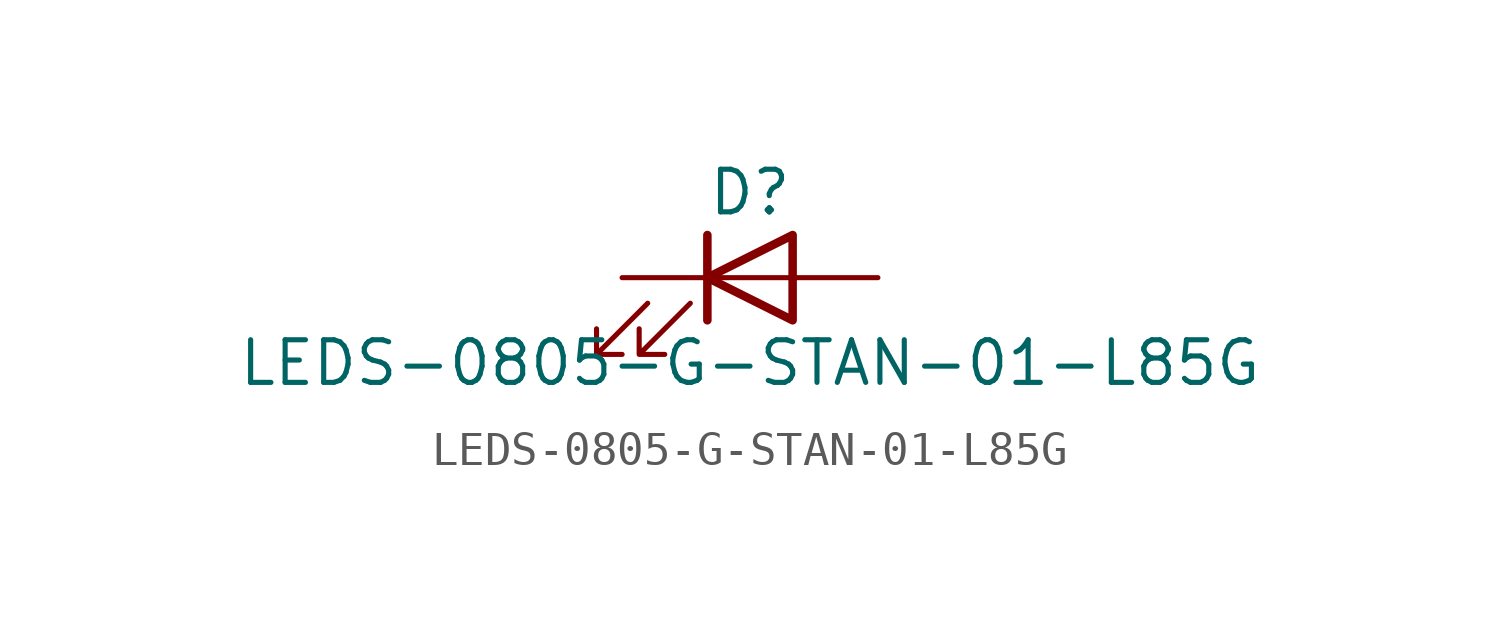
<source format=kicad_sym>
(kicad_symbol_lib
  (version 20211014)
  (generator kicad_symbol_editor)
  (symbol "LEDS-0805-G-STAN-01-L85G"
    (pin_numbers hide)
    (pin_names
      (offset 1.016) hide)
    (property "Reference" "D"
      (at 0 2.54 0)
      (effects (font (size 1.27 1.27))))
    (property "Value" "LEDS-0805-G-STAN-01-L85G"
      (at 0 -2.54 0)
      (effects (font (size 1.27 1.27))))
    (symbol "LEDS-0805-G-STAN-01-L85G_0_1"
      (polyline (pts (xy -1.27 -1.27) (xy -1.27 1.27)) (stroke (width 0.254) (type default) (color 0 0 0 0)) (fill (type none)))
      (polyline (pts (xy -1.27 0) (xy 1.27 0)) (stroke (width 0) (type default) (color 0 0 0 0)) (fill (type none)))
      (polyline (pts (xy 1.27 -1.27) (xy 1.27 1.27) (xy -1.27 0) (xy 1.27 -1.27)) (stroke (width 0.254) (type default) (color 0 0 0 0)) (fill (type none)))
      (polyline (pts (xy -3.048 -0.762) (xy -4.572 -2.286) (xy -3.81 -2.286) (xy -4.572 -2.286) (xy -4.572 -1.524)) (stroke (width 0) (type default) (color 0 0 0 0)) (fill (type none)))
      (polyline (pts (xy -1.778 -0.762) (xy -3.302 -2.286) (xy -2.54 -2.286) (xy -3.302 -2.286) (xy -3.302 -1.524)) (stroke (width 0) (type default) (color 0 0 0 0)) (fill (type none))))
    (symbol "LEDS-0805-G-STAN-01-L85G_1_1"
      (pin passive line (at -3.81 0 0) (length 2.54) (name "K" (effects (font (size 1.27 1.27)))) (number "1" (effects (font (size 1.27 1.27)))))
      (pin passive line (at 3.81 0 180) (length 2.54) (name "A" (effects (font (size 1.27 1.27)))) (number "2" (effects (font (size 1.27 1.27))))))))
</source>
